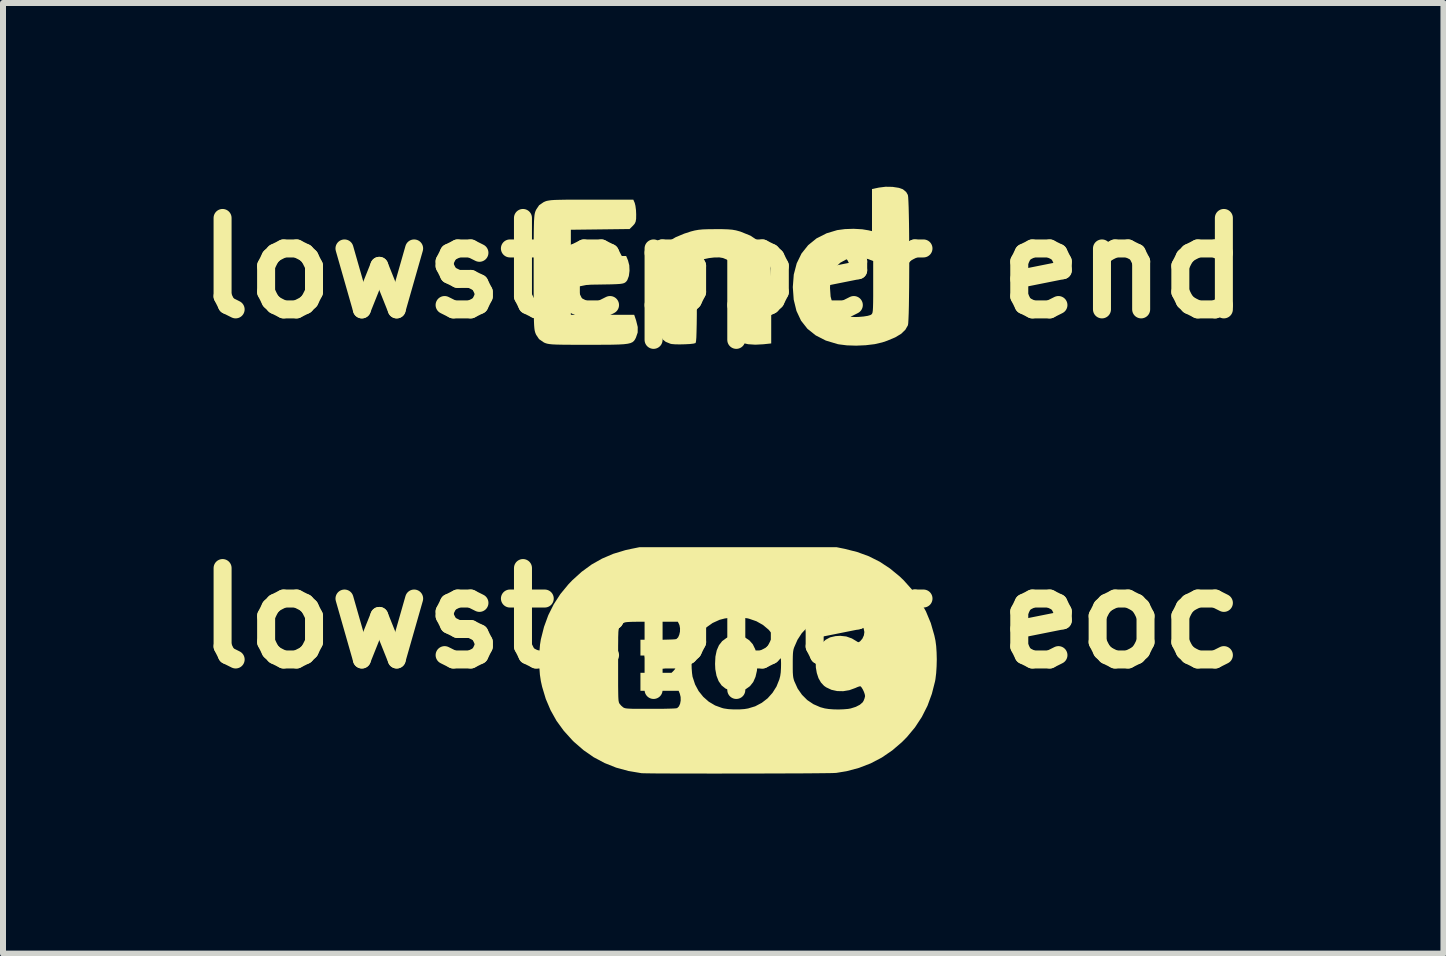
<source format=kicad_pcb>
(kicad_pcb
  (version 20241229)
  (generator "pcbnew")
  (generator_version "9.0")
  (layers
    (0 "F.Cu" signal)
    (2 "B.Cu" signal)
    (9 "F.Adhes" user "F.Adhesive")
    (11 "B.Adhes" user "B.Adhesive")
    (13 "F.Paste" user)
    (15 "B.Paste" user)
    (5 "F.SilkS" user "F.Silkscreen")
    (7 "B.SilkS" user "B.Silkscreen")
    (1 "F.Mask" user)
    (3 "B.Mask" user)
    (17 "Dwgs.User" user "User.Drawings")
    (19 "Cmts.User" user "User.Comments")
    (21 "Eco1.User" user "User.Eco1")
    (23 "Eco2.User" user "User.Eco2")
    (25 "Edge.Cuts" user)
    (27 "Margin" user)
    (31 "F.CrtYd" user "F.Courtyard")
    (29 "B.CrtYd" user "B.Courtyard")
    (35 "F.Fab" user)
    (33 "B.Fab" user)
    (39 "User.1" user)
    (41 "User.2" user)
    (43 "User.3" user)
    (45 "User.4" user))
  (footprint "lowstepper eoc"
    (layer "F.Cu")
    (at 8.97 7.254)
    (property "Reference" "lowstepper eoc" (at 0 0 0) (layer "F.SilkS") (effects (font (size 1.524 1.524) (thickness 0.3))))
    (attr board_only exclude_from_pos_files exclude_from_bom)
    (fp_poly (pts (xy 0.326 0.3) (xy 0.394 0.32) (xy 0.399 0.322) (xy 0.472 0.371) (xy 0.529 0.436) (xy 0.57 0.52) (xy 0.596 0.622) (xy 0.605 0.741) (xy 0.605 0.756) (xy 0.598 0.877) (xy 0.574 0.98) (xy 0.536 1.066) (xy 0.482 1.134) (xy 0.413 1.183) (xy 0.404 1.187) (xy 0.34 1.209) (xy 0.265 1.219) (xy 0.191 1.216) (xy 0.154 1.208) (xy 0.074 1.174) (xy 0.009 1.122) (xy -0.041 1.05) (xy -0.076 0.96) (xy -0.096 0.852) (xy -0.1 0.762) (xy -0.094 0.641) (xy -0.072 0.537) (xy -0.035 0.452) (xy 0.018 0.384) (xy 0.087 0.333) (xy 0.105 0.323) (xy 0.172 0.302) (xy 0.249 0.294)) (stroke (width 0) (type solid)) (fill yes) (layer "F.SilkS"))
    (fp_poly (pts (xy 2.061 -1.155) (xy 2.27 -1.102) (xy 2.464 -1.031) (xy 2.645 -0.94) (xy 2.815 -0.828) (xy 2.976 -0.696) (xy 3.044 -0.631) (xy 3.188 -0.47) (xy 3.312 -0.297) (xy 3.415 -0.113) (xy 3.496 0.082) (xy 3.555 0.287) (xy 3.574 0.375) (xy 3.586 0.465) (xy 3.593 0.572) (xy 3.596 0.688) (xy 3.593 0.805) (xy 3.586 0.916) (xy 3.574 1.015) (xy 3.568 1.05) (xy 3.514 1.262) (xy 3.441 1.461) (xy 3.347 1.647) (xy 3.233 1.821) (xy 3.098 1.983) (xy 3.015 2.067) (xy 2.854 2.205) (xy 2.68 2.324) (xy 2.495 2.421) (xy 2.298 2.497) (xy 2.091 2.552) (xy 1.921 2.58) (xy 1.899 2.581) (xy 1.855 2.583) (xy 1.79 2.584) (xy 1.706 2.585) (xy 1.606 2.586) (xy 1.49 2.587) (xy 1.361 2.588) (xy 1.22 2.588) (xy 1.07 2.589) (xy 0.911 2.59) (xy 0.746 2.59) (xy 0.576 2.591) (xy 0.404 2.591) (xy 0.23 2.591) (xy 0.057 2.591) (xy -0.114 2.592) (xy -0.28 2.591) (xy -0.44 2.591) (xy -0.593 2.591) (xy -0.736 2.591) (xy -0.868 2.59) (xy -0.987 2.59) (xy -1.091 2.589) (xy -1.178 2.588) (xy -1.247 2.587) (xy -1.296 2.586) (xy -1.324 2.585) (xy -1.326 2.585) (xy -1.545 2.548) (xy -1.75 2.492) (xy -1.943 2.415) (xy -2.123 2.319) (xy -2.293 2.201) (xy -2.453 2.062) (xy -2.48 2.035) (xy -2.622 1.878) (xy -2.743 1.712) (xy -2.842 1.535) (xy -2.922 1.347) (xy -2.983 1.144) (xy -3.004 1.05) (xy -3.02 0.943) (xy -3.029 0.821) (xy -3.03 0.786) (xy -1.716 0.786) (xy -1.716 0.922) (xy -1.716 1.036) (xy -1.716 1.13) (xy -1.715 1.206) (xy -1.714 1.266) (xy -1.713 1.313) (xy -1.711 1.349) (xy -1.709 1.375) (xy -1.705 1.394) (xy -1.702 1.408) (xy -1.697 1.418) (xy -1.693 1.426) (xy -1.665 1.459) (xy -1.631 1.488) (xy -1.63 1.489) (xy -1.618 1.495) (xy -1.605 1.5) (xy -1.587 1.504) (xy -1.563 1.507) (xy -1.529 1.509) (xy -1.483 1.511) (xy -1.422 1.512) (xy -1.344 1.512) (xy -1.246 1.512) (xy -1.173 1.512) (xy -1.051 1.512) (xy -0.947 1.511) (xy -0.862 1.509) (xy -0.797 1.507) (xy -0.753 1.504) (xy -0.732 1.5) (xy -0.732 1.5) (xy -0.703 1.472) (xy -0.683 1.428) (xy -0.673 1.374) (xy -0.674 1.316) (xy -0.687 1.261) (xy -0.69 1.254) (xy -0.707 1.212) (xy -1.344 1.212) (xy -1.344 0.912) (xy -0.826 0.912) (xy -0.791 0.877) (xy -0.771 0.854) (xy -0.76 0.83) (xy -0.757 0.796) (xy -0.756 0.771) (xy -0.757 0.752) (xy -0.492 0.752) (xy -0.49 0.838) (xy -0.484 0.916) (xy -0.475 0.979) (xy -0.473 0.984) (xy -0.433 1.106) (xy -0.374 1.216) (xy -0.297 1.312) (xy -0.205 1.393) (xy -0.099 1.456) (xy 0.017 1.498) (xy 0.048 1.506) (xy 0.122 1.517) (xy 0.21 1.522) (xy 0.302 1.522) (xy 0.389 1.516) (xy 0.45 1.506) (xy 0.569 1.47) (xy 0.679 1.412) (xy 0.776 1.337) (xy 0.858 1.245) (xy 0.924 1.14) (xy 0.971 1.023) (xy 0.986 0.966) (xy 0.995 0.904) (xy 0.999 0.828) (xy 1 0.768) (xy 1.195 0.768) (xy 1.195 0.847) (xy 1.196 0.906) (xy 1.199 0.951) (xy 1.203 0.986) (xy 1.21 1.017) (xy 1.219 1.047) (xy 1.223 1.056) (xy 1.277 1.175) (xy 1.349 1.278) (xy 1.437 1.366) (xy 1.54 1.435) (xy 1.655 1.485) (xy 1.729 1.505) (xy 1.794 1.515) (xy 1.872 1.521) (xy 1.957 1.523) (xy 2.04 1.52) (xy 2.114 1.514) (xy 2.16 1.506) (xy 2.246 1.479) (xy 2.314 1.444) (xy 2.361 1.403) (xy 2.378 1.374) (xy 2.392 1.337) (xy 2.4 1.303) (xy 2.4 1.296) (xy 2.395 1.268) (xy 2.382 1.23) (xy 2.364 1.191) (xy 2.344 1.158) (xy 2.328 1.139) (xy 2.324 1.137) (xy 2.306 1.138) (xy 2.274 1.149) (xy 2.238 1.165) (xy 2.139 1.201) (xy 2.036 1.218) (xy 1.935 1.216) (xy 1.84 1.195) (xy 1.753 1.154) (xy 1.717 1.129) (xy 1.665 1.073) (xy 1.624 1.001) (xy 1.596 0.915) (xy 1.58 0.822) (xy 1.578 0.724) (xy 1.589 0.628) (xy 1.616 0.536) (xy 1.633 0.496) (xy 1.682 0.418) (xy 1.743 0.361) (xy 1.817 0.321) (xy 1.907 0.3) (xy 1.987 0.295) (xy 2.088 0.306) (xy 2.181 0.339) (xy 2.256 0.384) (xy 2.28 0.399) (xy 2.295 0.401) (xy 2.314 0.389) (xy 2.32 0.384) (xy 2.356 0.342) (xy 2.381 0.287) (xy 2.389 0.232) (xy 2.377 0.173) (xy 2.343 0.119) (xy 2.288 0.07) (xy 2.215 0.03) (xy 2.194 0.022) (xy 2.143 0.008) (xy 2.075 -0.003) (xy 1.997 -0.009) (xy 1.915 -0.011) (xy 1.837 -0.009) (xy 1.77 -0.001) (xy 1.77 -0.001) (xy 1.645 0.033) (xy 1.531 0.086) (xy 1.431 0.16) (xy 1.345 0.252) (xy 1.274 0.361) (xy 1.219 0.487) (xy 1.217 0.492) (xy 1.208 0.521) (xy 1.202 0.553) (xy 1.198 0.593) (xy 1.196 0.645) (xy 1.195 0.713) (xy 1.195 0.768) (xy 1 0.768) (xy 1 0.745) (xy 0.997 0.662) (xy 0.991 0.587) (xy 0.98 0.529) (xy 0.98 0.528) (xy 0.936 0.402) (xy 0.874 0.29) (xy 0.794 0.194) (xy 0.699 0.114) (xy 0.589 0.052) (xy 0.467 0.01) (xy 0.443 0.004) (xy 0.355 -0.008) (xy 0.257 -0.011) (xy 0.156 -0.007) (xy 0.061 0.006) (xy -0.02 0.027) (xy -0.024 0.028) (xy -0.141 0.081) (xy -0.244 0.154) (xy -0.332 0.243) (xy -0.403 0.346) (xy -0.455 0.462) (xy -0.474 0.529) (xy -0.484 0.59) (xy -0.49 0.667) (xy -0.492 0.752) (xy -0.757 0.752) (xy -0.759 0.725) (xy -0.764 0.682) (xy -0.769 0.662) (xy -0.783 0.624) (xy -1.344 0.624) (xy -1.344 0.36) (xy -1.056 0.36) (xy -0.961 0.36) (xy -0.88 0.358) (xy -0.816 0.356) (xy -0.77 0.353) (xy -0.746 0.349) (xy -0.744 0.348) (xy -0.716 0.321) (xy -0.697 0.278) (xy -0.685 0.225) (xy -0.684 0.169) (xy -0.693 0.118) (xy -0.703 0.095) (xy -0.721 0.06) (xy -1.156 0.06) (xy -1.27 0.06) (xy -1.362 0.06) (xy -1.436 0.061) (xy -1.493 0.062) (xy -1.536 0.064) (xy -1.568 0.066) (xy -1.591 0.069) (xy -1.607 0.073) (xy -1.62 0.079) (xy -1.63 0.084) (xy -1.664 0.112) (xy -1.692 0.146) (xy -1.693 0.147) (xy -1.698 0.157) (xy -1.702 0.168) (xy -1.706 0.182) (xy -1.709 0.203) (xy -1.712 0.231) (xy -1.713 0.269) (xy -1.715 0.319) (xy -1.715 0.383) (xy -1.716 0.463) (xy -1.716 0.562) (xy -1.716 0.68) (xy -1.716 0.786) (xy -3.03 0.786) (xy -3.032 0.691) (xy -3.028 0.562) (xy -3.018 0.442) (xy -3.004 0.354) (xy -2.951 0.145) (xy -2.88 -0.049) (xy -2.789 -0.231) (xy -2.678 -0.402) (xy -2.545 -0.563) (xy -2.48 -0.631) (xy -2.323 -0.773) (xy -2.159 -0.893) (xy -1.984 -0.992) (xy -1.797 -1.072) (xy -1.596 -1.133) (xy -1.495 -1.155) (xy -1.362 -1.182) (xy 1.927 -1.182)) (stroke (width 0) (type solid)) (fill yes) (layer "F.SilkS")))
  (footprint "lowstepper end"
    (layer "F.Cu")
    (at 9.006 1.418)
    (property "Reference" "lowstepper end" (at 0 0 0) (layer "F.SilkS") (effects (font (size 1.524 1.524) (thickness 0.3))))
    (attr board_only exclude_from_pos_files exclude_from_bom)
    (fp_poly (pts (xy 2.822 -1.353) (xy 2.926 -1.337) (xy 2.995 -1.313) (xy 3.05 -1.267) (xy 3.078 -1.218) (xy 3.083 -1.183) (xy 3.087 -1.114) (xy 3.091 -1.014) (xy 3.094 -0.888) (xy 3.097 -0.741) (xy 3.099 -0.578) (xy 3.1 -0.403) (xy 3.101 -0.221) (xy 3.101 -0.037) (xy 3.1 0.145) (xy 3.099 0.319) (xy 3.097 0.482) (xy 3.095 0.628) (xy 3.092 0.753) (xy 3.088 0.852) (xy 3.084 0.921) (xy 3.079 0.954) (xy 3.036 1.029) (xy 2.967 1.096) (xy 2.867 1.156) (xy 2.733 1.212) (xy 2.65 1.24) (xy 2.525 1.269) (xy 2.375 1.287) (xy 2.216 1.294) (xy 2.061 1.289) (xy 1.926 1.272) (xy 1.91 1.269) (xy 1.71 1.209) (xy 1.542 1.123) (xy 1.404 1.013) (xy 1.297 0.877) (xy 1.221 0.715) (xy 1.175 0.527) (xy 1.161 0.331) (xy 1.78 0.331) (xy 1.79 0.475) (xy 1.821 0.59) (xy 1.877 0.679) (xy 1.959 0.747) (xy 2.008 0.773) (xy 2.071 0.8) (xy 2.128 0.813) (xy 2.197 0.817) (xy 2.26 0.815) (xy 2.34 0.808) (xy 2.409 0.797) (xy 2.453 0.784) (xy 2.455 0.783) (xy 2.47 0.774) (xy 2.481 0.762) (xy 2.489 0.741) (xy 2.494 0.706) (xy 2.497 0.652) (xy 2.499 0.574) (xy 2.5 0.466) (xy 2.5 0.324) (xy 2.5 0.321) (xy 2.5 -0.116) (xy 2.42 -0.148) (xy 2.298 -0.178) (xy 2.174 -0.177) (xy 2.056 -0.146) (xy 1.952 -0.089) (xy 1.868 -0.01) (xy 1.813 0.09) (xy 1.812 0.093) (xy 1.795 0.164) (xy 1.784 0.253) (xy 1.78 0.331) (xy 1.161 0.331) (xy 1.16 0.319) (xy 1.176 0.109) (xy 1.225 -0.078) (xy 1.305 -0.242) (xy 1.416 -0.381) (xy 1.555 -0.494) (xy 1.723 -0.579) (xy 1.9 -0.632) (xy 2.028 -0.649) (xy 2.173 -0.654) (xy 2.317 -0.646) (xy 2.425 -0.628) (xy 2.48 -0.615) (xy 2.48 -1.317) (xy 2.595 -1.341) (xy 2.707 -1.355)) (stroke (width 0) (type solid)) (fill yes) (layer "F.SilkS"))
    (fp_poly (pts (xy -1.475 -1.085) (xy -1.463 -1.036) (xy -1.454 -0.964) (xy -1.451 -0.895) (xy -1.452 -0.82) (xy -1.46 -0.772) (xy -1.477 -0.737) (xy -1.505 -0.705) (xy -1.561 -0.65) (xy -2.05 -0.644) (xy -2.54 -0.638) (xy -2.54 -0.2) (xy -1.618 -0.2) (xy -1.587 -0.126) (xy -1.566 -0.045) (xy -1.562 0.046) (xy -1.573 0.133) (xy -1.599 0.202) (xy -1.617 0.226) (xy -1.633 0.24) (xy -1.652 0.251) (xy -1.68 0.259) (xy -1.721 0.265) (xy -1.782 0.269) (xy -1.868 0.272) (xy -1.984 0.274) (xy -2.101 0.276) (xy -2.54 0.282) (xy -2.54 0.78) (xy -1.484 0.78) (xy -1.452 0.874) (xy -1.425 0.983) (xy -1.426 1.075) (xy -1.455 1.16) (xy -1.471 1.191) (xy -1.489 1.216) (xy -1.513 1.236) (xy -1.546 1.251) (xy -1.592 1.262) (xy -1.657 1.27) (xy -1.743 1.275) (xy -1.856 1.278) (xy -1.999 1.279) (xy -2.176 1.28) (xy -2.25 1.28) (xy -2.431 1.28) (xy -2.576 1.279) (xy -2.69 1.278) (xy -2.778 1.276) (xy -2.845 1.273) (xy -2.894 1.268) (xy -2.93 1.262) (xy -2.958 1.254) (xy -2.983 1.244) (xy -2.994 1.238) (xy -3.07 1.185) (xy -3.119 1.112) (xy -3.128 1.091) (xy -3.136 1.069) (xy -3.143 1.041) (xy -3.148 1.005) (xy -3.152 0.956) (xy -3.155 0.891) (xy -3.157 0.806) (xy -3.159 0.697) (xy -3.159 0.562) (xy -3.16 0.396) (xy -3.16 0.195) (xy -3.16 0.07) (xy -3.16 -0.151) (xy -3.16 -0.335) (xy -3.159 -0.487) (xy -3.158 -0.61) (xy -3.156 -0.707) (xy -3.154 -0.782) (xy -3.15 -0.84) (xy -3.146 -0.883) (xy -3.14 -0.915) (xy -3.133 -0.939) (xy -3.124 -0.961) (xy -3.119 -0.972) (xy -3.069 -1.047) (xy -2.996 -1.097) (xy -2.992 -1.099) (xy -2.968 -1.11) (xy -2.942 -1.119) (xy -2.91 -1.125) (xy -2.868 -1.131) (xy -2.81 -1.135) (xy -2.734 -1.137) (xy -2.633 -1.139) (xy -2.505 -1.14) (xy -2.345 -1.14) (xy -2.203 -1.14) (xy -1.499 -1.14)) (stroke (width 0) (type solid)) (fill yes) (layer "F.SilkS"))
    (fp_poly (pts (xy -0.017 -0.648) (xy 0.076 -0.645) (xy 0.149 -0.639) (xy 0.212 -0.628) (xy 0.274 -0.611) (xy 0.29 -0.606) (xy 0.453 -0.54) (xy 0.583 -0.454) (xy 0.681 -0.346) (xy 0.75 -0.215) (xy 0.768 -0.161) (xy 0.777 -0.124) (xy 0.784 -0.078) (xy 0.79 -0.02) (xy 0.794 0.057) (xy 0.797 0.155) (xy 0.799 0.281) (xy 0.8 0.438) (xy 0.8 0.602) (xy 0.8 1.257) (xy 0.668 1.271) (xy 0.535 1.278) (xy 0.415 1.27) (xy 0.319 1.248) (xy 0.296 1.239) (xy 0.268 1.224) (xy 0.245 1.205) (xy 0.226 1.177) (xy 0.213 1.136) (xy 0.202 1.078) (xy 0.194 0.999) (xy 0.189 0.894) (xy 0.185 0.758) (xy 0.181 0.588) (xy 0.18 0.54) (xy 0.177 0.391) (xy 0.173 0.255) (xy 0.168 0.136) (xy 0.163 0.039) (xy 0.158 -0.029) (xy 0.153 -0.064) (xy 0.152 -0.066) (xy 0.125 -0.097) (xy 0.075 -0.131) (xy 0.054 -0.143) (xy -0.004 -0.167) (xy -0.063 -0.177) (xy -0.141 -0.176) (xy -0.159 -0.175) (xy -0.241 -0.165) (xy -0.32 -0.148) (xy -0.365 -0.134) (xy -0.44 -0.102) (xy -0.44 0.568) (xy -0.44 0.77) (xy -0.442 0.935) (xy -0.445 1.063) (xy -0.448 1.157) (xy -0.453 1.218) (xy -0.46 1.248) (xy -0.462 1.251) (xy -0.496 1.26) (xy -0.558 1.267) (xy -0.637 1.271) (xy -0.721 1.273) (xy -0.799 1.272) (xy -0.858 1.267) (xy -0.881 1.262) (xy -0.959 1.23) (xy -1.008 1.191) (xy -1.035 1.137) (xy -1.039 1.125) (xy -1.045 1.081) (xy -1.05 1.004) (xy -1.054 0.9) (xy -1.057 0.775) (xy -1.059 0.635) (xy -1.059 0.486) (xy -1.059 0.334) (xy -1.057 0.185) (xy -1.055 0.046) (xy -1.051 -0.078) (xy -1.046 -0.181) (xy -1.041 -0.256) (xy -1.034 -0.298) (xy -1.034 -0.299) (xy -0.989 -0.374) (xy -0.907 -0.446) (xy -0.794 -0.513) (xy -0.651 -0.573) (xy -0.62 -0.583) (xy -0.541 -0.609) (xy -0.475 -0.626) (xy -0.412 -0.637) (xy -0.34 -0.644) (xy -0.25 -0.647) (xy -0.14 -0.648)) (stroke (width 0) (type solid)) (fill yes) (layer "F.SilkS")))
  (gr_rect
    (start -3 -3)
    (end 21.012 12.846)
    (stroke (width 0.1) (type default))
    (fill no)
    (layer "Edge.Cuts")))
</source>
